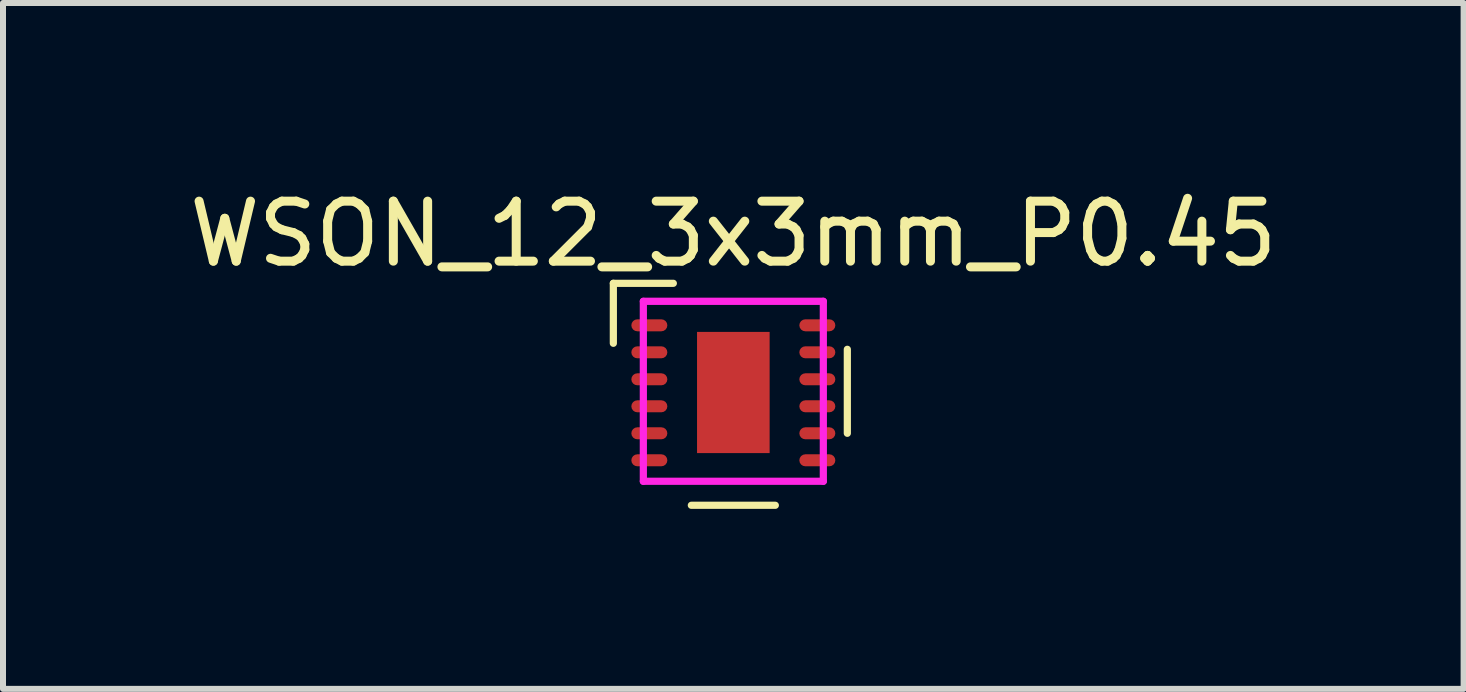
<source format=kicad_pcb>
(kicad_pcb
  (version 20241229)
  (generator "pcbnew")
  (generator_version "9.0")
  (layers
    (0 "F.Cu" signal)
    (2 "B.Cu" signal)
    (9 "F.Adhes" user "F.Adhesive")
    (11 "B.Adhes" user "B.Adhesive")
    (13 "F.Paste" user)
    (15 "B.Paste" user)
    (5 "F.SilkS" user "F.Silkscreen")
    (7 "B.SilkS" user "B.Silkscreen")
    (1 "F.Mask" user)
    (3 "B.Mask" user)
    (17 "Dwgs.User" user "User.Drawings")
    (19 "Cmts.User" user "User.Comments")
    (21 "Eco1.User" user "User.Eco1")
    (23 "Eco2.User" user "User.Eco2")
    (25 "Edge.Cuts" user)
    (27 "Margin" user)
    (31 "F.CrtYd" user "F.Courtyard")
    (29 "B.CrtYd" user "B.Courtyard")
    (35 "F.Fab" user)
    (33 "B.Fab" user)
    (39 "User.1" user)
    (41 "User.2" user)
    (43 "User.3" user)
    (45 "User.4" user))
  (footprint "WSON_12_3x3mm_P0.45"
    (layer "F.Cu")
    (at 7.773 2.372)
    (property "Reference" "WSON_12_3x3mm_P0.45" (at 1.4 -1.524 0) (layer "F.SilkS") (effects (font (size 1 1) (thickness 0.15))))
    (attr through_hole)
    (fp_line (start -0.6 -0.7) (end -0.6 0.3) (stroke (width 0.12) (type solid)) (layer "F.SilkS"))
    (fp_line (start 0.4 -0.7) (end -0.6 -0.7) (stroke (width 0.12) (type solid)) (layer "F.SilkS"))
    (fp_line (start 0.7 3) (end 2.1 3) (stroke (width 0.12) (type solid)) (layer "F.SilkS"))
    (fp_line (start 3.3 1.8) (end 3.3 0.4) (stroke (width 0.12) (type solid)) (layer "F.SilkS"))
    (fp_line (start -0.1 -0.4) (end -0.1 2.6) (stroke (width 0.12) (type solid)) (layer "F.CrtYd"))
    (fp_line (start -0.1 2.6) (end 2.9 2.6) (stroke (width 0.12) (type solid)) (layer "F.CrtYd"))
    (fp_line (start 2.9 -0.4) (end -0.1 -0.4) (stroke (width 0.12) (type solid)) (layer "F.CrtYd"))
    (fp_line (start 2.9 2.6) (end 2.9 -0.4) (stroke (width 0.12) (type solid)) (layer "F.CrtYd"))
    (pad "1" smd roundrect (at 0 0) (size 0.6 0.2) (layers "F.Cu" "F.Mask" "F.Paste") (roundrect_rratio 0.5))
    (pad "2" smd roundrect (at 0 0.45) (size 0.6 0.2) (layers "F.Cu" "F.Mask" "F.Paste") (roundrect_rratio 0.5))
    (pad "3" smd roundrect (at 0 0.9) (size 0.6 0.2) (layers "F.Cu" "F.Mask" "F.Paste") (roundrect_rratio 0.5))
    (pad "4" smd roundrect (at 0 1.35) (size 0.6 0.2) (layers "F.Cu" "F.Mask" "F.Paste") (roundrect_rratio 0.5))
    (pad "5" smd roundrect (at 0 1.8) (size 0.6 0.2) (layers "F.Cu" "F.Mask" "F.Paste") (roundrect_rratio 0.5))
    (pad "6" smd roundrect (at 0 2.25) (size 0.6 0.2) (layers "F.Cu" "F.Mask" "F.Paste") (roundrect_rratio 0.5))
    (pad "7" smd roundrect (at 2.8 2.25) (size 0.6 0.2) (layers "F.Cu" "F.Mask" "F.Paste") (roundrect_rratio 0.5))
    (pad "8" smd roundrect (at 2.8 1.8) (size 0.6 0.2) (layers "F.Cu" "F.Mask" "F.Paste") (roundrect_rratio 0.5))
    (pad "9" smd roundrect (at 2.8 1.35) (size 0.6 0.2) (layers "F.Cu" "F.Mask" "F.Paste") (roundrect_rratio 0.5))
    (pad "10" smd roundrect (at 2.8 0.9) (size 0.6 0.2) (layers "F.Cu" "F.Mask" "F.Paste") (roundrect_rratio 0.5))
    (pad "11" smd roundrect (at 2.8 0.45) (size 0.6 0.2) (layers "F.Cu" "F.Mask" "F.Paste") (roundrect_rratio 0.5))
    (pad "12" smd roundrect (at 2.8 0) (size 0.6 0.2) (layers "F.Cu" "F.Mask" "F.Paste") (roundrect_rratio 0.5))
    (pad "13" smd rect (at 1.4 1.12) (size 1.21 2.02) (layers "F.Cu" "F.Mask" "F.Paste")))
  (gr_rect
    (start -3 -3)
    (end 21.345 8.432)
    (stroke (width 0.1) (type default))
    (fill no)
    (layer "Edge.Cuts")))
</source>
